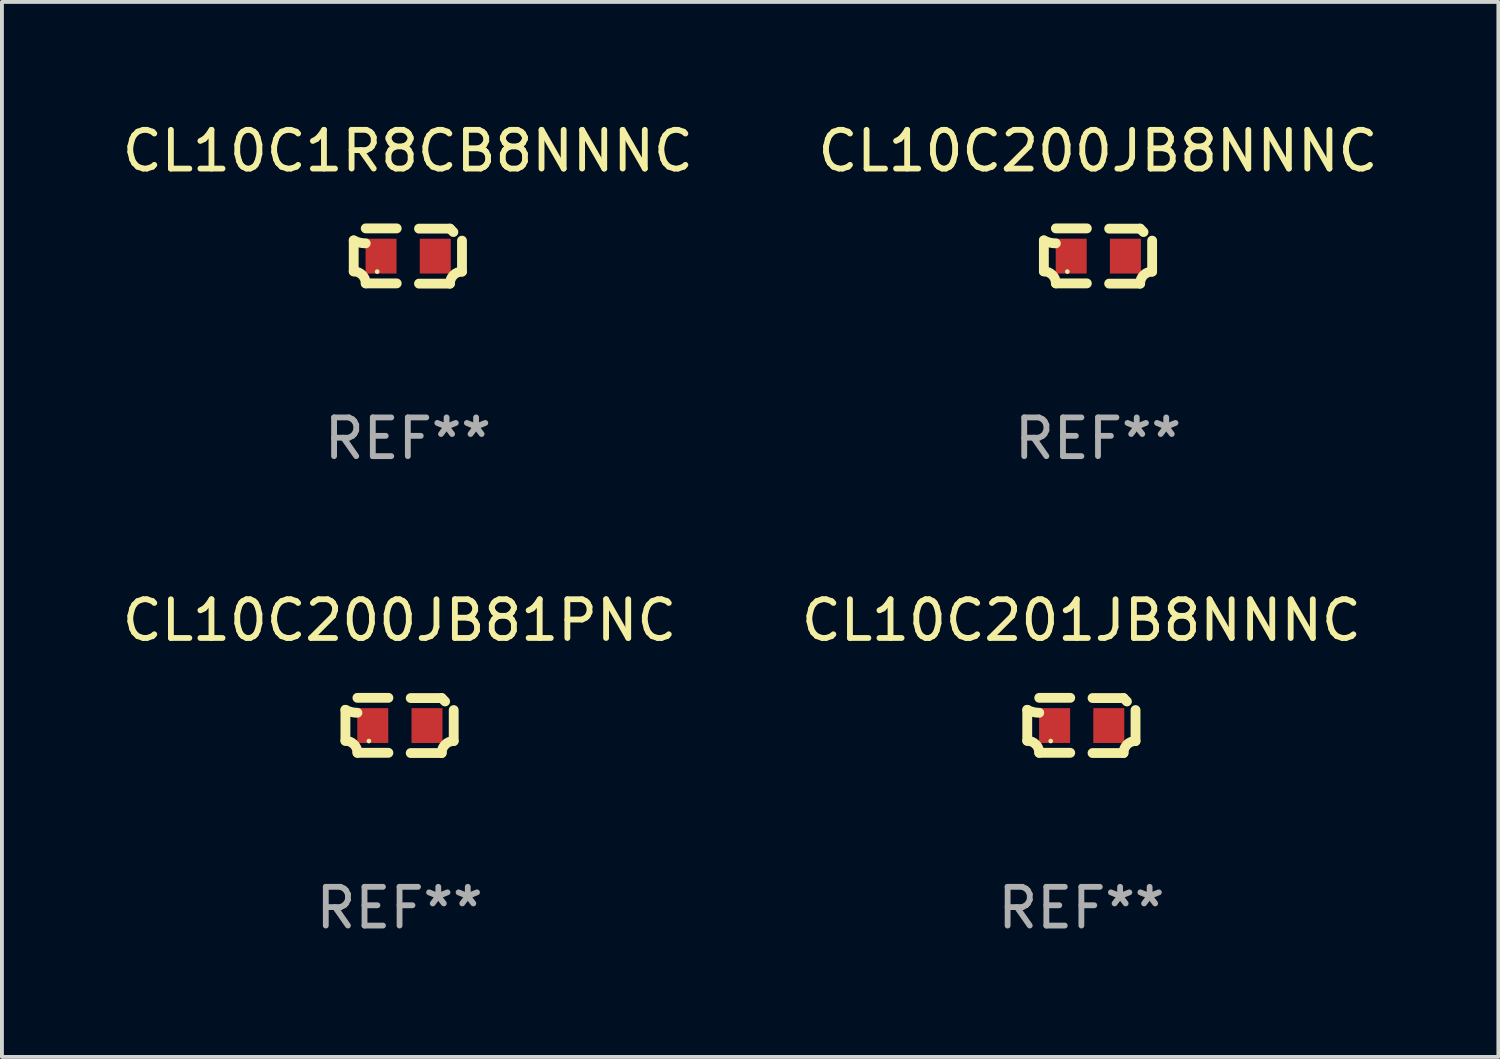
<source format=kicad_pcb>
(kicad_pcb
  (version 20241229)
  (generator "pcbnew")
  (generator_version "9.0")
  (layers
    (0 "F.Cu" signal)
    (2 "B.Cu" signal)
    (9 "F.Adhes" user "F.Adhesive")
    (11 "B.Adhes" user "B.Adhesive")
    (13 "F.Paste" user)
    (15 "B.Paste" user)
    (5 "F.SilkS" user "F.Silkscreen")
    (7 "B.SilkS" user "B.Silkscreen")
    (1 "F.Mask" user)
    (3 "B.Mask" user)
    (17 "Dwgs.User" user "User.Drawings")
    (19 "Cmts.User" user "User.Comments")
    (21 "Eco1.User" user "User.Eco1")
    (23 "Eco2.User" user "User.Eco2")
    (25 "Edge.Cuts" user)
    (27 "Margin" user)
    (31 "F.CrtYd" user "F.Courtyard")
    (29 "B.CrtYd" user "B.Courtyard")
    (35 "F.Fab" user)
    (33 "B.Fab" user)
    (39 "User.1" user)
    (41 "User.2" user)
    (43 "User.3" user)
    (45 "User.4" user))
  (footprint "CL10C1R8CB8NNNC"
    (layer "F.Cu")
    (at 7.482 3.561)
    (property "Reference" "CL10C1R8CB8NNNC" (at 0 -2.713 0) (layer "F.SilkS") (effects (font (size 1 1) (thickness 0.15))))
    (attr through_hole)
    (fp_line (start -1.398 -0.403) (end -1.398 0.397) (stroke (width 0.254) (type solid)) (layer "F.SilkS"))
    (fp_line (start -0.288 -0.713) (end -1.088 -0.713) (stroke (width 0.254) (type solid)) (layer "F.SilkS"))
    (fp_line (start -0.288 0.707) (end -1.088 0.707) (stroke (width 0.254) (type solid)) (layer "F.SilkS"))
    (fp_line (start 0.288 -0.707) (end 1.088 -0.707) (stroke (width 0.254) (type solid)) (layer "F.SilkS"))
    (fp_line (start 0.288 0.713) (end 1.088 0.713) (stroke (width 0.254) (type solid)) (layer "F.SilkS"))
    (fp_line (start 1.398 -0.397) (end 1.398 0.403) (stroke (width 0.254) (type solid)) (layer "F.SilkS"))
    (fp_arc (start -1.397789 0.397066) (mid -1.178701 0.487826) (end -1.08796 0.706922) (stroke (width 0.254001) (type solid)) (layer "F.SilkS"))
    (fp_arc (start -1.08796 -0.327176) (mid -1.247436 -0.346384) (end -1.39779 -0.402908) (stroke (width 0.254001) (type solid)) (layer "F.SilkS"))
    (fp_arc (start 1.087909 0.712738) (mid 1.178656 0.493655) (end 1.397739 0.402908) (stroke (width 0.254001) (type solid)) (layer "F.SilkS"))
    (fp_arc (start 1.175925 -0.618926) (mid 1.131917 -0.662923) (end 1.08791 -0.706922) (stroke (width 0.254001) (type solid)) (layer "F.SilkS"))
    (fp_circle (center -0.792 0.403) (end -0.762 0.403) (stroke (width 0.06) (type solid)) (fill no) (layer "F.SilkS"))
    (fp_text user "REF**" (at 0 4.713 0) (layer "F.Fab") (effects (font (size 1 1) (thickness 0.15))))
    (pad "1" smd rect (at -0.692 0.003) (size 0.8 0.9) (layers "F.Cu" "F.Mask" "F.Paste"))
    (pad "2" smd rect (at 0.708 0.003) (size 0.8 0.9) (layers "F.Cu" "F.Mask" "F.Paste")))
  (footprint "CL10C200JB81PNC"
    (layer "F.Cu")
    (at 7.268 15.683)
    (property "Reference" "CL10C200JB81PNC" (at 0 -2.713 0) (layer "F.SilkS") (effects (font (size 1 1) (thickness 0.15))))
    (attr through_hole)
    (fp_line (start -1.398 -0.403) (end -1.398 0.397) (stroke (width 0.254) (type solid)) (layer "F.SilkS"))
    (fp_line (start -0.288 -0.713) (end -1.088 -0.713) (stroke (width 0.254) (type solid)) (layer "F.SilkS"))
    (fp_line (start -0.288 0.707) (end -1.088 0.707) (stroke (width 0.254) (type solid)) (layer "F.SilkS"))
    (fp_line (start 0.288 -0.707) (end 1.088 -0.707) (stroke (width 0.254) (type solid)) (layer "F.SilkS"))
    (fp_line (start 0.288 0.713) (end 1.088 0.713) (stroke (width 0.254) (type solid)) (layer "F.SilkS"))
    (fp_line (start 1.398 -0.397) (end 1.398 0.403) (stroke (width 0.254) (type solid)) (layer "F.SilkS"))
    (fp_arc (start -1.397789 0.397066) (mid -1.178701 0.487826) (end -1.08796 0.706922) (stroke (width 0.254001) (type solid)) (layer "F.SilkS"))
    (fp_arc (start -1.08796 -0.327176) (mid -1.247436 -0.346384) (end -1.39779 -0.402908) (stroke (width 0.254001) (type solid)) (layer "F.SilkS"))
    (fp_arc (start 1.087909 0.712738) (mid 1.178656 0.493655) (end 1.397739 0.402908) (stroke (width 0.254001) (type solid)) (layer "F.SilkS"))
    (fp_arc (start 1.175925 -0.618926) (mid 1.131917 -0.662923) (end 1.08791 -0.706922) (stroke (width 0.254001) (type solid)) (layer "F.SilkS"))
    (fp_circle (center -0.792 0.403) (end -0.762 0.403) (stroke (width 0.06) (type solid)) (fill no) (layer "F.SilkS"))
    (fp_text user "REF**" (at 0 4.713 0) (layer "F.Fab") (effects (font (size 1 1) (thickness 0.15))))
    (pad "1" smd rect (at -0.692 0.003) (size 0.8 0.9) (layers "F.Cu" "F.Mask" "F.Paste"))
    (pad "2" smd rect (at 0.708 0.003) (size 0.8 0.9) (layers "F.Cu" "F.Mask" "F.Paste")))
  (footprint "CL10C201JB8NNNC"
    (layer "F.Cu")
    (at 24.875 15.683)
    (property "Reference" "CL10C201JB8NNNC" (at 0 -2.713 0) (layer "F.SilkS") (effects (font (size 1 1) (thickness 0.15))))
    (attr through_hole)
    (fp_line (start -1.398 -0.403) (end -1.398 0.397) (stroke (width 0.254) (type solid)) (layer "F.SilkS"))
    (fp_line (start -0.288 -0.713) (end -1.088 -0.713) (stroke (width 0.254) (type solid)) (layer "F.SilkS"))
    (fp_line (start -0.288 0.707) (end -1.088 0.707) (stroke (width 0.254) (type solid)) (layer "F.SilkS"))
    (fp_line (start 0.288 -0.707) (end 1.088 -0.707) (stroke (width 0.254) (type solid)) (layer "F.SilkS"))
    (fp_line (start 0.288 0.713) (end 1.088 0.713) (stroke (width 0.254) (type solid)) (layer "F.SilkS"))
    (fp_line (start 1.398 -0.397) (end 1.398 0.403) (stroke (width 0.254) (type solid)) (layer "F.SilkS"))
    (fp_arc (start -1.397789 0.397066) (mid -1.178701 0.487826) (end -1.08796 0.706922) (stroke (width 0.254001) (type solid)) (layer "F.SilkS"))
    (fp_arc (start -1.08796 -0.327176) (mid -1.247436 -0.346384) (end -1.39779 -0.402908) (stroke (width 0.254001) (type solid)) (layer "F.SilkS"))
    (fp_arc (start 1.087909 0.712738) (mid 1.178656 0.493655) (end 1.397739 0.402908) (stroke (width 0.254001) (type solid)) (layer "F.SilkS"))
    (fp_arc (start 1.175925 -0.618926) (mid 1.131917 -0.662923) (end 1.08791 -0.706922) (stroke (width 0.254001) (type solid)) (layer "F.SilkS"))
    (fp_circle (center -0.792 0.403) (end -0.762 0.403) (stroke (width 0.06) (type solid)) (fill no) (layer "F.SilkS"))
    (fp_text user "REF**" (at 0 4.713 0) (layer "F.Fab") (effects (font (size 1 1) (thickness 0.15))))
    (pad "1" smd rect (at -0.692 0.003) (size 0.8 0.9) (layers "F.Cu" "F.Mask" "F.Paste"))
    (pad "2" smd rect (at 0.708 0.003) (size 0.8 0.9) (layers "F.Cu" "F.Mask" "F.Paste")))
  (footprint "CL10C200JB8NNNC"
    (layer "F.Cu")
    (at 25.304 3.561)
    (property "Reference" "CL10C200JB8NNNC" (at 0 -2.713 0) (layer "F.SilkS") (effects (font (size 1 1) (thickness 0.15))))
    (attr through_hole)
    (fp_line (start -1.398 -0.403) (end -1.398 0.397) (stroke (width 0.254) (type solid)) (layer "F.SilkS"))
    (fp_line (start -0.288 -0.713) (end -1.088 -0.713) (stroke (width 0.254) (type solid)) (layer "F.SilkS"))
    (fp_line (start -0.288 0.707) (end -1.088 0.707) (stroke (width 0.254) (type solid)) (layer "F.SilkS"))
    (fp_line (start 0.288 -0.707) (end 1.088 -0.707) (stroke (width 0.254) (type solid)) (layer "F.SilkS"))
    (fp_line (start 0.288 0.713) (end 1.088 0.713) (stroke (width 0.254) (type solid)) (layer "F.SilkS"))
    (fp_line (start 1.398 -0.397) (end 1.398 0.403) (stroke (width 0.254) (type solid)) (layer "F.SilkS"))
    (fp_arc (start -1.397789 0.397066) (mid -1.178701 0.487826) (end -1.08796 0.706922) (stroke (width 0.254001) (type solid)) (layer "F.SilkS"))
    (fp_arc (start -1.08796 -0.327176) (mid -1.247436 -0.346384) (end -1.39779 -0.402908) (stroke (width 0.254001) (type solid)) (layer "F.SilkS"))
    (fp_arc (start 1.087909 0.712738) (mid 1.178656 0.493655) (end 1.397739 0.402908) (stroke (width 0.254001) (type solid)) (layer "F.SilkS"))
    (fp_arc (start 1.175925 -0.618926) (mid 1.131917 -0.662923) (end 1.08791 -0.706922) (stroke (width 0.254001) (type solid)) (layer "F.SilkS"))
    (fp_circle (center -0.792 0.403) (end -0.762 0.403) (stroke (width 0.06) (type solid)) (fill no) (layer "F.SilkS"))
    (fp_text user "REF**" (at 0 4.713 0) (layer "F.Fab") (effects (font (size 1 1) (thickness 0.15))))
    (pad "1" smd rect (at -0.692 0.003) (size 0.8 0.9) (layers "F.Cu" "F.Mask" "F.Paste"))
    (pad "2" smd rect (at 0.708 0.003) (size 0.8 0.9) (layers "F.Cu" "F.Mask" "F.Paste")))
  (gr_rect
    (start -3 -3)
    (end 35.643 24.244)
    (stroke (width 0.1) (type default))
    (fill no)
    (layer "Edge.Cuts")))
</source>
